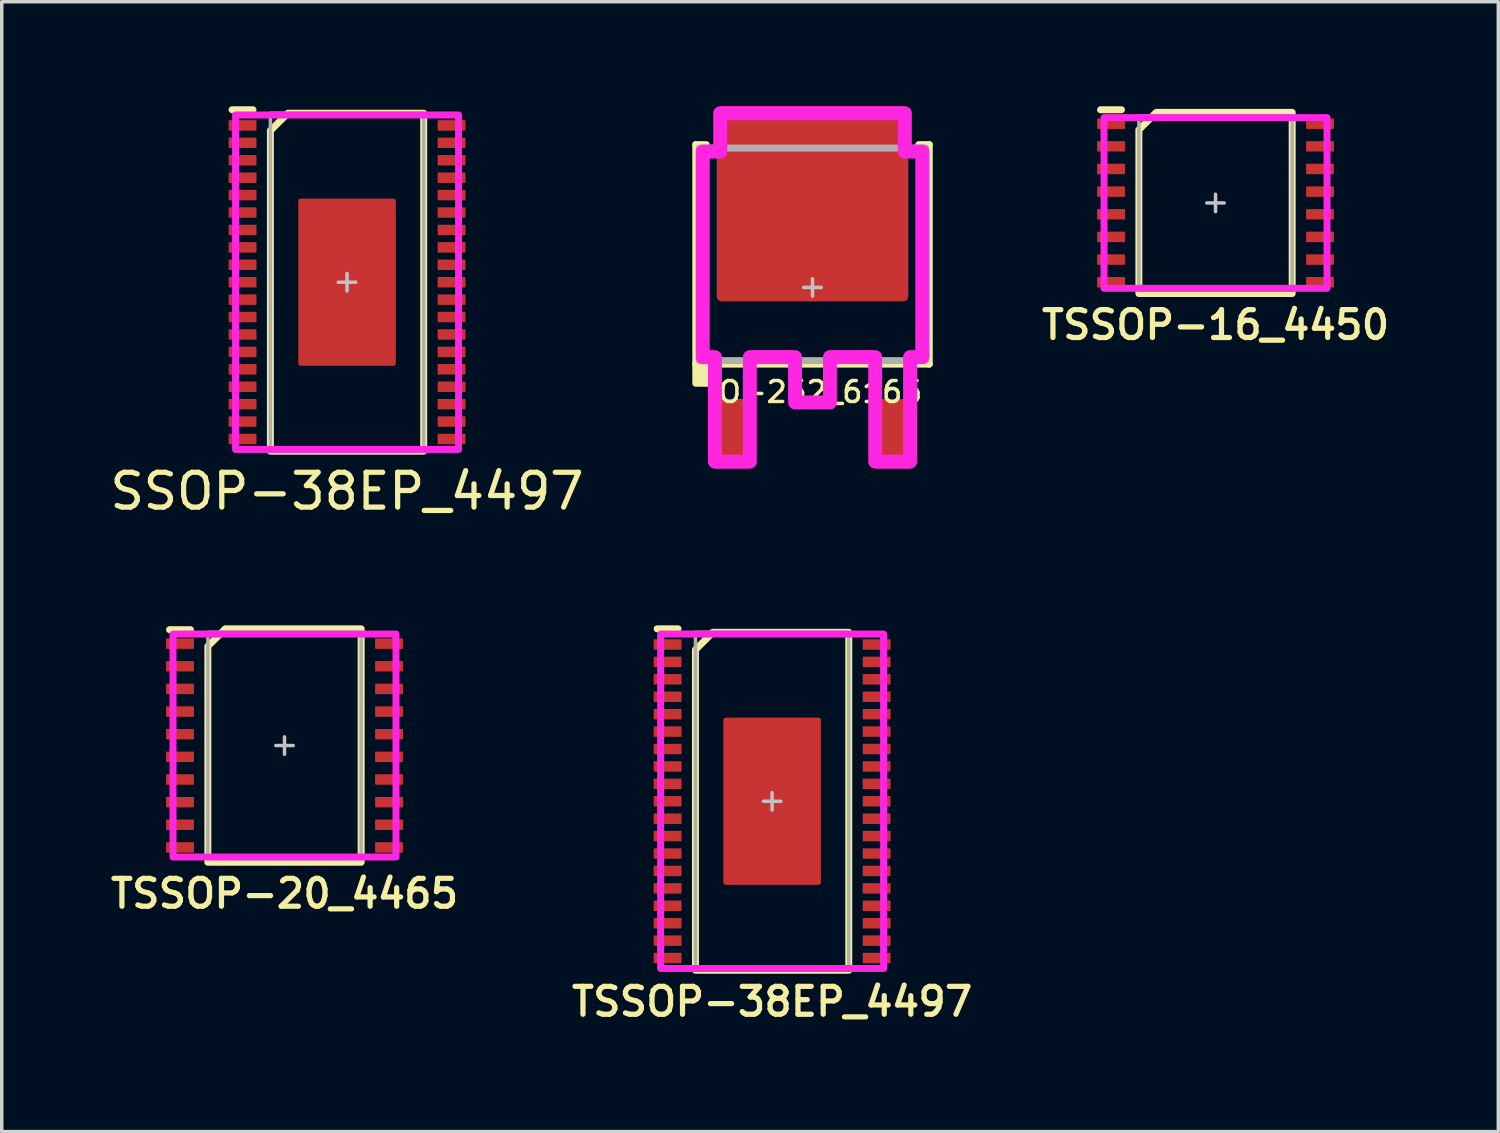
<source format=kicad_pcb>
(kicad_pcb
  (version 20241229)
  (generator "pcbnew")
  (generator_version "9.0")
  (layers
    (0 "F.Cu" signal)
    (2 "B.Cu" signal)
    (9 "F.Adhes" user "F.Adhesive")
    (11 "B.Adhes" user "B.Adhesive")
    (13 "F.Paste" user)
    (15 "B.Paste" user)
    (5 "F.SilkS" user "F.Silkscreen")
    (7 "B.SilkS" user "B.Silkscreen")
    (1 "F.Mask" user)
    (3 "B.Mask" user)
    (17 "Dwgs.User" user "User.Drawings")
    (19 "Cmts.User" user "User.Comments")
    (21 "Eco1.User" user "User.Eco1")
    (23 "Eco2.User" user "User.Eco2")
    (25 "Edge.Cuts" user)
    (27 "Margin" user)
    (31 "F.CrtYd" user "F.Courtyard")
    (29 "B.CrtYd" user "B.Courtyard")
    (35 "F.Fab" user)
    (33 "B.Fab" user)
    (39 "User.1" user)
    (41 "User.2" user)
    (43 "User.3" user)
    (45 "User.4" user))
  (footprint "TSSOP-38EP_4497"
    (layer "F.Cu")
    (at 19.111 19.948)
    (property "Reference" "TSSOP-38EP_4497" (at 0 5.75 0) (unlocked yes) (layer "F.SilkS") (effects (font (size 0.8 0.8) (thickness 0.15))))
    (attr smd)
    (fp_line (start -2.7 -4.95) (end -3.3 -4.95) (stroke (width 0.2) (type solid)) (layer "F.SilkS"))
    (fp_poly (pts (xy 2.2 4.85) (xy -2.2 4.85) (xy -2.2 -4.35) (xy -1.7 -4.85) (xy 2.2 -4.85)) (stroke (width 0.2) (type solid)) (fill no) (layer "F.SilkS"))
    (fp_rect (start -1.25 -2.25) (end -0.15 -1.35) (stroke (width 0) (type solid)) (fill yes) (layer "F.Paste"))
    (fp_rect (start -1.25 -1.05) (end -0.15 -0.15) (stroke (width 0) (type solid)) (fill yes) (layer "F.Paste"))
    (fp_rect (start -1.25 0.15) (end -0.15 1.05) (stroke (width 0) (type solid)) (fill yes) (layer "F.Paste"))
    (fp_rect (start -1.25 1.35) (end -0.15 2.25) (stroke (width 0) (type solid)) (fill yes) (layer "F.Paste"))
    (fp_rect (start 0.15 -2.25) (end 1.25 -1.35) (stroke (width 0) (type solid)) (fill yes) (layer "F.Paste"))
    (fp_rect (start 0.15 -1.05) (end 1.25 -0.15) (stroke (width 0) (type solid)) (fill yes) (layer "F.Paste"))
    (fp_rect (start 0.15 0.15) (end 1.25 1.05) (stroke (width 0) (type solid)) (fill yes) (layer "F.Paste"))
    (fp_rect (start 0.15 1.35) (end 1.25 2.25) (stroke (width 0) (type solid)) (fill yes) (layer "F.Paste"))
    (fp_line (start -0.25 0) (end 0.25 0) (stroke (width 0.1) (type solid)) (layer "Dwgs.User"))
    (fp_line (start 0 0.25) (end 0 -0.25) (stroke (width 0.1) (type solid)) (layer "Dwgs.User"))
    (fp_rect (start -3.2 -4.8) (end 3.2 4.8) (stroke (width 0.2) (type solid)) (fill no) (layer "F.CrtYd"))
    (fp_rect (start -2.2 -4.85) (end 2.2 4.85) (stroke (width 0.1) (type solid)) (fill no) (layer "F.Fab"))
    (pad "1" smd roundrect (at -3 -4.5) (size 0.8 0.3) (layers "F.Cu" "F.Mask" "F.Paste") (roundrect_rratio 0.05))
    (pad "2" smd roundrect (at -3 -4) (size 0.8 0.3) (layers "F.Cu" "F.Mask" "F.Paste") (roundrect_rratio 0.05))
    (pad "3" smd roundrect (at -3 -3.5) (size 0.8 0.3) (layers "F.Cu" "F.Mask" "F.Paste") (roundrect_rratio 0.05))
    (pad "4" smd roundrect (at -3 -3) (size 0.8 0.3) (layers "F.Cu" "F.Mask" "F.Paste") (roundrect_rratio 0.05))
    (pad "5" smd roundrect (at -3 -2.5) (size 0.8 0.3) (layers "F.Cu" "F.Mask" "F.Paste") (roundrect_rratio 0.05))
    (pad "6" smd roundrect (at -3 -2) (size 0.8 0.3) (layers "F.Cu" "F.Mask" "F.Paste") (roundrect_rratio 0.05))
    (pad "7" smd roundrect (at -3 -1.5) (size 0.8 0.3) (layers "F.Cu" "F.Mask" "F.Paste") (roundrect_rratio 0.05))
    (pad "8" smd roundrect (at -3 -1) (size 0.8 0.3) (layers "F.Cu" "F.Mask" "F.Paste") (roundrect_rratio 0.05))
    (pad "9" smd roundrect (at -3 -0.5) (size 0.8 0.3) (layers "F.Cu" "F.Mask" "F.Paste") (roundrect_rratio 0.05))
    (pad "10" smd roundrect (at -3 0) (size 0.8 0.3) (layers "F.Cu" "F.Mask" "F.Paste") (roundrect_rratio 0.05))
    (pad "11" smd roundrect (at -3 0.5) (size 0.8 0.3) (layers "F.Cu" "F.Mask" "F.Paste") (roundrect_rratio 0.05))
    (pad "12" smd roundrect (at -3 1) (size 0.8 0.3) (layers "F.Cu" "F.Mask" "F.Paste") (roundrect_rratio 0.05))
    (pad "13" smd roundrect (at -3 1.5) (size 0.8 0.3) (layers "F.Cu" "F.Mask" "F.Paste") (roundrect_rratio 0.05))
    (pad "14" smd roundrect (at -3 2) (size 0.8 0.3) (layers "F.Cu" "F.Mask" "F.Paste") (roundrect_rratio 0.05))
    (pad "15" smd roundrect (at -3 2.5) (size 0.8 0.3) (layers "F.Cu" "F.Mask" "F.Paste") (roundrect_rratio 0.05))
    (pad "16" smd roundrect (at -3 3) (size 0.8 0.3) (layers "F.Cu" "F.Mask" "F.Paste") (roundrect_rratio 0.05))
    (pad "17" smd roundrect (at -3 3.5) (size 0.8 0.3) (layers "F.Cu" "F.Mask" "F.Paste") (roundrect_rratio 0.05))
    (pad "18" smd roundrect (at -3 4) (size 0.8 0.3) (layers "F.Cu" "F.Mask" "F.Paste") (roundrect_rratio 0.05))
    (pad "19" smd roundrect (at -3 4.5) (size 0.8 0.3) (layers "F.Cu" "F.Mask" "F.Paste") (roundrect_rratio 0.05))
    (pad "20" smd roundrect (at 3 4.5) (size 0.8 0.3) (layers "F.Cu" "F.Mask" "F.Paste") (roundrect_rratio 0.05))
    (pad "21" smd roundrect (at 3 4) (size 0.8 0.3) (layers "F.Cu" "F.Mask" "F.Paste") (roundrect_rratio 0.05))
    (pad "22" smd roundrect (at 3 3.5) (size 0.8 0.3) (layers "F.Cu" "F.Mask" "F.Paste") (roundrect_rratio 0.05))
    (pad "23" smd roundrect (at 3 3) (size 0.8 0.3) (layers "F.Cu" "F.Mask" "F.Paste") (roundrect_rratio 0.05))
    (pad "24" smd roundrect (at 3 2.5) (size 0.8 0.3) (layers "F.Cu" "F.Mask" "F.Paste") (roundrect_rratio 0.05))
    (pad "25" smd roundrect (at 3 2) (size 0.8 0.3) (layers "F.Cu" "F.Mask" "F.Paste") (roundrect_rratio 0.05))
    (pad "26" smd roundrect (at 3 1.5) (size 0.8 0.3) (layers "F.Cu" "F.Mask" "F.Paste") (roundrect_rratio 0.05))
    (pad "27" smd roundrect (at 3 1) (size 0.8 0.3) (layers "F.Cu" "F.Mask" "F.Paste") (roundrect_rratio 0.05))
    (pad "28" smd roundrect (at 3 0.5) (size 0.8 0.3) (layers "F.Cu" "F.Mask" "F.Paste") (roundrect_rratio 0.05))
    (pad "29" smd roundrect (at 3 0) (size 0.8 0.3) (layers "F.Cu" "F.Mask" "F.Paste") (roundrect_rratio 0.05))
    (pad "30" smd roundrect (at 3 -0.5) (size 0.8 0.3) (layers "F.Cu" "F.Mask" "F.Paste") (roundrect_rratio 0.05))
    (pad "31" smd roundrect (at 3 -1) (size 0.8 0.3) (layers "F.Cu" "F.Mask" "F.Paste") (roundrect_rratio 0.05))
    (pad "32" smd roundrect (at 3 -1.5) (size 0.8 0.3) (layers "F.Cu" "F.Mask" "F.Paste") (roundrect_rratio 0.05))
    (pad "33" smd roundrect (at 3 -2) (size 0.8 0.3) (layers "F.Cu" "F.Mask" "F.Paste") (roundrect_rratio 0.05))
    (pad "34" smd roundrect (at 3 -2.5) (size 0.8 0.3) (layers "F.Cu" "F.Mask" "F.Paste") (roundrect_rratio 0.05))
    (pad "35" smd roundrect (at 3 -3) (size 0.8 0.3) (layers "F.Cu" "F.Mask" "F.Paste") (roundrect_rratio 0.05))
    (pad "36" smd roundrect (at 3 -3.5) (size 0.8 0.3) (layers "F.Cu" "F.Mask" "F.Paste") (roundrect_rratio 0.05))
    (pad "37" smd roundrect (at 3 -4) (size 0.8 0.3) (layers "F.Cu" "F.Mask" "F.Paste") (roundrect_rratio 0.05))
    (pad "38" smd roundrect (at 3 -4.5) (size 0.8 0.3) (layers "F.Cu" "F.Mask" "F.Paste") (roundrect_rratio 0.05))
    (pad "EP" smd roundrect (at 0 0 90) (size 4.8 2.8) (layers "F.Cu" "F.Mask") (roundrect_rratio 0.025)))
  (footprint "TSSOP-20_4465"
    (layer "F.Cu")
    (at 5.116 18.348)
    (property "Reference" "TSSOP-20_4465" (at 0 4.25 0) (unlocked yes) (layer "F.SilkS") (effects (font (size 0.8 0.8) (thickness 0.15))))
    (attr smd)
    (fp_line (start -2.7 -3.325) (end -3.3 -3.325) (stroke (width 0.2) (type solid)) (layer "F.SilkS"))
    (fp_poly (pts (xy 2.2 3.35) (xy -2.2 3.35) (xy -2.2 -2.85) (xy -1.7 -3.35) (xy 2.2 -3.35)) (stroke (width 0.2) (type solid)) (fill no) (layer "F.SilkS"))
    (fp_line (start -0.25 0) (end 0.25 0) (stroke (width 0.1) (type solid)) (layer "Dwgs.User"))
    (fp_line (start 0 0.25) (end 0 -0.25) (stroke (width 0.1) (type solid)) (layer "Dwgs.User"))
    (fp_rect (start -3.2 -3.2) (end 3.2 3.2) (stroke (width 0.2) (type solid)) (fill no) (layer "F.CrtYd"))
    (fp_rect (start -2.2 -3.25) (end 2.2 3.25) (stroke (width 0.1) (type solid)) (fill no) (layer "F.Fab"))
    (pad "1" smd roundrect (at -3 -2.925) (size 0.8 0.3) (layers "F.Cu" "F.Mask" "F.Paste") (roundrect_rratio 0.05))
    (pad "2" smd roundrect (at -3 -2.275) (size 0.8 0.3) (layers "F.Cu" "F.Mask" "F.Paste") (roundrect_rratio 0.05))
    (pad "3" smd roundrect (at -3 -1.625) (size 0.8 0.3) (layers "F.Cu" "F.Mask" "F.Paste") (roundrect_rratio 0.05))
    (pad "4" smd roundrect (at -3 -0.975) (size 0.8 0.3) (layers "F.Cu" "F.Mask" "F.Paste") (roundrect_rratio 0.05))
    (pad "5" smd roundrect (at -3 -0.325) (size 0.8 0.3) (layers "F.Cu" "F.Mask" "F.Paste") (roundrect_rratio 0.05))
    (pad "6" smd roundrect (at -3 0.325) (size 0.8 0.3) (layers "F.Cu" "F.Mask" "F.Paste") (roundrect_rratio 0.05))
    (pad "7" smd roundrect (at -3 0.975) (size 0.8 0.3) (layers "F.Cu" "F.Mask" "F.Paste") (roundrect_rratio 0.05))
    (pad "8" smd roundrect (at -3 1.625) (size 0.8 0.3) (layers "F.Cu" "F.Mask" "F.Paste") (roundrect_rratio 0.05))
    (pad "9" smd roundrect (at -3 2.275) (size 0.8 0.3) (layers "F.Cu" "F.Mask" "F.Paste") (roundrect_rratio 0.05))
    (pad "10" smd roundrect (at -3 2.925) (size 0.8 0.3) (layers "F.Cu" "F.Mask" "F.Paste") (roundrect_rratio 0.05))
    (pad "11" smd roundrect (at 3 2.925) (size 0.8 0.3) (layers "F.Cu" "F.Mask" "F.Paste") (roundrect_rratio 0.05))
    (pad "12" smd roundrect (at 3 2.275) (size 0.8 0.3) (layers "F.Cu" "F.Mask" "F.Paste") (roundrect_rratio 0.05))
    (pad "13" smd roundrect (at 3 1.625) (size 0.8 0.3) (layers "F.Cu" "F.Mask" "F.Paste") (roundrect_rratio 0.05))
    (pad "14" smd roundrect (at 3 0.975) (size 0.8 0.3) (layers "F.Cu" "F.Mask" "F.Paste") (roundrect_rratio 0.05))
    (pad "15" smd roundrect (at 3 0.325) (size 0.8 0.3) (layers "F.Cu" "F.Mask" "F.Paste") (roundrect_rratio 0.05))
    (pad "16" smd roundrect (at 3 -0.325) (size 0.8 0.3) (layers "F.Cu" "F.Mask" "F.Paste") (roundrect_rratio 0.05))
    (pad "17" smd roundrect (at 3 -0.975) (size 0.8 0.3) (layers "F.Cu" "F.Mask" "F.Paste") (roundrect_rratio 0.05))
    (pad "18" smd roundrect (at 3 -1.625) (size 0.8 0.3) (layers "F.Cu" "F.Mask" "F.Paste") (roundrect_rratio 0.05))
    (pad "19" smd roundrect (at 3 -2.275) (size 0.8 0.3) (layers "F.Cu" "F.Mask" "F.Paste") (roundrect_rratio 0.05))
    (pad "20" smd roundrect (at 3 -2.925) (size 0.8 0.3) (layers "F.Cu" "F.Mask" "F.Paste") (roundrect_rratio 0.05)))
  (footprint "TO-252_6165"
    (layer "F.Cu")
    (at 20.271 5.2)
    (property "Reference" "TO-252_6165" (at 0 3 0) (unlocked yes) (layer "F.SilkS") (effects (font (size 0.6 0.6) (thickness 0.1) (bold yes))))
    (attr smd)
    (fp_line (start -3.35 2.2) (end -3.35 -4.1) (stroke (width 0.2) (type solid)) (layer "F.SilkS"))
    (fp_line (start -3.05 -4.1) (end -3.35 -4.1) (stroke (width 0.2) (type solid)) (layer "F.SilkS"))
    (fp_line (start 3.05 -4.1) (end 3.35 -4.1) (stroke (width 0.2) (type solid)) (layer "F.SilkS"))
    (fp_line (start 3.35 -4.1) (end 3.35 2.2) (stroke (width 0.2) (type solid)) (layer "F.SilkS"))
    (fp_line (start 3.35 2.2) (end -3.35 2.2) (stroke (width 0.2) (type solid)) (layer "F.SilkS"))
    (fp_rect (start -3.35 2.2) (end -2.75 2.75) (stroke (width 0.2) (type solid)) (fill yes) (layer "F.SilkS"))
    (fp_rect (start -2.55 -5) (end -1.1 -3.5) (stroke (width 0) (type solid)) (fill yes) (layer "F.Paste"))
    (fp_rect (start -2.55 -3.15) (end -1.1 -1.65) (stroke (width 0) (type solid)) (fill yes) (layer "F.Paste"))
    (fp_rect (start -2.55 -1.3) (end -1.1 0.2) (stroke (width 0) (type solid)) (fill yes) (layer "F.Paste"))
    (fp_rect (start -0.75 -5) (end 0.75 -3.5) (stroke (width 0) (type solid)) (fill yes) (layer "F.Paste"))
    (fp_rect (start -0.75 -3.15) (end 0.75 -1.65) (stroke (width 0) (type solid)) (fill yes) (layer "F.Paste"))
    (fp_rect (start -0.75 -1.3) (end 0.75 0.2) (stroke (width 0) (type solid)) (fill yes) (layer "F.Paste"))
    (fp_rect (start 1.1 -5) (end 2.55 -3.5) (stroke (width 0) (type solid)) (fill yes) (layer "F.Paste"))
    (fp_rect (start 1.1 -3.15) (end 2.55 -1.65) (stroke (width 0) (type solid)) (fill yes) (layer "F.Paste"))
    (fp_rect (start 1.1 -1.3) (end 2.55 0.2) (stroke (width 0) (type solid)) (fill yes) (layer "F.Paste"))
    (fp_line (start -0.25 0) (end 0.25 0) (stroke (width 0.1) (type solid)) (layer "Dwgs.User"))
    (fp_line (start 0 -0.25) (end 0 0.25) (stroke (width 0.1) (type solid)) (layer "Dwgs.User"))
    (fp_poly (pts (xy 2.65 -3.9) (xy 3.15 -3.9) (xy 3.15 2) (xy 2.8 2) (xy 2.8 5) (xy 1.8 5) (xy 1.8 2) (xy 0.5 2) (xy 0.5 3.3) (xy -0.5 3.3) (xy -0.5 2) (xy -1.8 2) (xy -1.8 5) (xy -2.8 5) (xy -2.8 2) (xy -3.15 2) (xy -3.15 -3.9) (xy -2.65 -3.9) (xy -2.65 -5) (xy 2.65 -5)) (stroke (width 0.4) (type solid)) (fill no) (layer "F.CrtYd"))
    (fp_rect (start -3.25 -4) (end 3.25 2.1) (stroke (width 0.2) (type solid)) (fill no) (layer "F.Fab"))
    (pad "1" smd roundrect (at -2.3 4.2 90) (size 2 1) (layers "F.Cu" "F.Mask" "F.Paste") (roundrect_rratio 0.05))
    (pad "2" smd roundrect (at 0 -2.4) (size 5.5 5.6) (layers "F.Cu" "F.Mask") (roundrect_rratio 0.025))
    (pad "3" smd roundrect (at 2.3 4.2 90) (size 2 1) (layers "F.Cu" "F.Mask" "F.Paste") (roundrect_rratio 0.05)))
  (footprint "SSOP-38EP_4497"
    (layer "F.Cu")
    (at 6.911 5.05)
    (property "Reference" "SSOP-38EP_4497" (at 0 6 0) (unlocked yes) (layer "F.SilkS") (effects (font (size 1 1) (thickness 0.15))))
    (attr smd)
    (fp_line (start -2.7 -4.95) (end -3.3 -4.95) (stroke (width 0.2) (type solid)) (layer "F.SilkS"))
    (fp_poly (pts (xy 2.2 4.85) (xy -2.2 4.85) (xy -2.2 -4.35) (xy -1.7 -4.85) (xy 2.2 -4.85)) (stroke (width 0.2) (type solid)) (fill no) (layer "F.SilkS"))
    (fp_rect (start -1.25 -2.25) (end -0.15 -1.35) (stroke (width 0) (type solid)) (fill yes) (layer "F.Paste"))
    (fp_rect (start -1.25 -1.05) (end -0.15 -0.15) (stroke (width 0) (type solid)) (fill yes) (layer "F.Paste"))
    (fp_rect (start -1.25 0.15) (end -0.15 1.05) (stroke (width 0) (type solid)) (fill yes) (layer "F.Paste"))
    (fp_rect (start -1.25 1.35) (end -0.15 2.25) (stroke (width 0) (type solid)) (fill yes) (layer "F.Paste"))
    (fp_rect (start 0.15 -2.25) (end 1.25 -1.35) (stroke (width 0) (type solid)) (fill yes) (layer "F.Paste"))
    (fp_rect (start 0.15 -1.05) (end 1.25 -0.15) (stroke (width 0) (type solid)) (fill yes) (layer "F.Paste"))
    (fp_rect (start 0.15 0.15) (end 1.25 1.05) (stroke (width 0) (type solid)) (fill yes) (layer "F.Paste"))
    (fp_rect (start 0.15 1.35) (end 1.25 2.25) (stroke (width 0) (type solid)) (fill yes) (layer "F.Paste"))
    (fp_line (start -0.25 0) (end 0.25 0) (stroke (width 0.1) (type solid)) (layer "Dwgs.User"))
    (fp_line (start 0 0.25) (end 0 -0.25) (stroke (width 0.1) (type solid)) (layer "Dwgs.User"))
    (fp_rect (start -3.2 -4.8) (end 3.2 4.8) (stroke (width 0.2) (type solid)) (fill no) (layer "F.CrtYd"))
    (fp_rect (start -2.2 -4.85) (end 2.2 4.85) (stroke (width 0.1) (type solid)) (fill no) (layer "F.Fab"))
    (pad "1" smd roundrect (at -3 -4.5) (size 0.8 0.3) (layers "F.Cu" "F.Mask" "F.Paste") (roundrect_rratio 0.05))
    (pad "2" smd roundrect (at -3 -4) (size 0.8 0.3) (layers "F.Cu" "F.Mask" "F.Paste") (roundrect_rratio 0.05))
    (pad "3" smd roundrect (at -3 -3.5) (size 0.8 0.3) (layers "F.Cu" "F.Mask" "F.Paste") (roundrect_rratio 0.05))
    (pad "4" smd roundrect (at -3 -3) (size 0.8 0.3) (layers "F.Cu" "F.Mask" "F.Paste") (roundrect_rratio 0.05))
    (pad "5" smd roundrect (at -3 -2.5) (size 0.8 0.3) (layers "F.Cu" "F.Mask" "F.Paste") (roundrect_rratio 0.05))
    (pad "6" smd roundrect (at -3 -2) (size 0.8 0.3) (layers "F.Cu" "F.Mask" "F.Paste") (roundrect_rratio 0.05))
    (pad "7" smd roundrect (at -3 -1.5) (size 0.8 0.3) (layers "F.Cu" "F.Mask" "F.Paste") (roundrect_rratio 0.05))
    (pad "8" smd roundrect (at -3 -1) (size 0.8 0.3) (layers "F.Cu" "F.Mask" "F.Paste") (roundrect_rratio 0.05))
    (pad "9" smd roundrect (at -3 -0.5) (size 0.8 0.3) (layers "F.Cu" "F.Mask" "F.Paste") (roundrect_rratio 0.05))
    (pad "10" smd roundrect (at -3 0) (size 0.8 0.3) (layers "F.Cu" "F.Mask" "F.Paste") (roundrect_rratio 0.05))
    (pad "11" smd roundrect (at -3 0.5) (size 0.8 0.3) (layers "F.Cu" "F.Mask" "F.Paste") (roundrect_rratio 0.05))
    (pad "12" smd roundrect (at -3 1) (size 0.8 0.3) (layers "F.Cu" "F.Mask" "F.Paste") (roundrect_rratio 0.05))
    (pad "13" smd roundrect (at -3 1.5) (size 0.8 0.3) (layers "F.Cu" "F.Mask" "F.Paste") (roundrect_rratio 0.05))
    (pad "14" smd roundrect (at -3 2) (size 0.8 0.3) (layers "F.Cu" "F.Mask" "F.Paste") (roundrect_rratio 0.05))
    (pad "15" smd roundrect (at -3 2.5) (size 0.8 0.3) (layers "F.Cu" "F.Mask" "F.Paste") (roundrect_rratio 0.05))
    (pad "16" smd roundrect (at -3 3) (size 0.8 0.3) (layers "F.Cu" "F.Mask" "F.Paste") (roundrect_rratio 0.05))
    (pad "17" smd roundrect (at -3 3.5) (size 0.8 0.3) (layers "F.Cu" "F.Mask" "F.Paste") (roundrect_rratio 0.05))
    (pad "18" smd roundrect (at -3 4) (size 0.8 0.3) (layers "F.Cu" "F.Mask" "F.Paste") (roundrect_rratio 0.05))
    (pad "19" smd roundrect (at -3 4.5) (size 0.8 0.3) (layers "F.Cu" "F.Mask" "F.Paste") (roundrect_rratio 0.05))
    (pad "20" smd roundrect (at 3 4.5) (size 0.8 0.3) (layers "F.Cu" "F.Mask" "F.Paste") (roundrect_rratio 0.05))
    (pad "21" smd roundrect (at 3 4) (size 0.8 0.3) (layers "F.Cu" "F.Mask" "F.Paste") (roundrect_rratio 0.05))
    (pad "22" smd roundrect (at 3 3.5) (size 0.8 0.3) (layers "F.Cu" "F.Mask" "F.Paste") (roundrect_rratio 0.05))
    (pad "23" smd roundrect (at 3 3) (size 0.8 0.3) (layers "F.Cu" "F.Mask" "F.Paste") (roundrect_rratio 0.05))
    (pad "24" smd roundrect (at 3 2.5) (size 0.8 0.3) (layers "F.Cu" "F.Mask" "F.Paste") (roundrect_rratio 0.05))
    (pad "25" smd roundrect (at 3 2) (size 0.8 0.3) (layers "F.Cu" "F.Mask" "F.Paste") (roundrect_rratio 0.05))
    (pad "26" smd roundrect (at 3 1.5) (size 0.8 0.3) (layers "F.Cu" "F.Mask" "F.Paste") (roundrect_rratio 0.05))
    (pad "27" smd roundrect (at 3 1) (size 0.8 0.3) (layers "F.Cu" "F.Mask" "F.Paste") (roundrect_rratio 0.05))
    (pad "28" smd roundrect (at 3 0.5) (size 0.8 0.3) (layers "F.Cu" "F.Mask" "F.Paste") (roundrect_rratio 0.05))
    (pad "29" smd roundrect (at 3 0) (size 0.8 0.3) (layers "F.Cu" "F.Mask" "F.Paste") (roundrect_rratio 0.05))
    (pad "30" smd roundrect (at 3 -0.5) (size 0.8 0.3) (layers "F.Cu" "F.Mask" "F.Paste") (roundrect_rratio 0.05))
    (pad "31" smd roundrect (at 3 -1) (size 0.8 0.3) (layers "F.Cu" "F.Mask" "F.Paste") (roundrect_rratio 0.05))
    (pad "32" smd roundrect (at 3 -1.5) (size 0.8 0.3) (layers "F.Cu" "F.Mask" "F.Paste") (roundrect_rratio 0.05))
    (pad "33" smd roundrect (at 3 -2) (size 0.8 0.3) (layers "F.Cu" "F.Mask" "F.Paste") (roundrect_rratio 0.05))
    (pad "34" smd roundrect (at 3 -2.5) (size 0.8 0.3) (layers "F.Cu" "F.Mask" "F.Paste") (roundrect_rratio 0.05))
    (pad "35" smd roundrect (at 3 -3) (size 0.8 0.3) (layers "F.Cu" "F.Mask" "F.Paste") (roundrect_rratio 0.05))
    (pad "36" smd roundrect (at 3 -3.5) (size 0.8 0.3) (layers "F.Cu" "F.Mask" "F.Paste") (roundrect_rratio 0.05))
    (pad "37" smd roundrect (at 3 -4) (size 0.8 0.3) (layers "F.Cu" "F.Mask" "F.Paste") (roundrect_rratio 0.05))
    (pad "38" smd roundrect (at 3 -4.5) (size 0.8 0.3) (layers "F.Cu" "F.Mask" "F.Paste") (roundrect_rratio 0.05))
    (pad "EP" smd roundrect (at 0 0 90) (size 4.8 2.8) (layers "F.Cu" "F.Mask") (roundrect_rratio 0.025)))
  (footprint "TSSOP-16_4450"
    (layer "F.Cu")
    (at 31.838 2.775)
    (property "Reference" "TSSOP-16_4450" (at 0 3.5 0) (unlocked yes) (layer "F.SilkS") (effects (font (size 0.8 0.8) (thickness 0.15))))
    (attr smd)
    (fp_line (start -2.7 -2.675) (end -3.3 -2.675) (stroke (width 0.2) (type solid)) (layer "F.SilkS"))
    (fp_poly (pts (xy 2.2 2.6) (xy -2.2 2.6) (xy -2.2 -2.1) (xy -1.7 -2.6) (xy 2.2 -2.6)) (stroke (width 0.2) (type solid)) (fill no) (layer "F.SilkS"))
    (fp_line (start -0.25 0) (end 0.25 0) (stroke (width 0.1) (type solid)) (layer "Dwgs.User"))
    (fp_line (start 0 0.25) (end 0 -0.25) (stroke (width 0.1) (type solid)) (layer "Dwgs.User"))
    (fp_rect (start -3.2 -2.45) (end 3.2 2.45) (stroke (width 0.2) (type solid)) (fill no) (layer "F.CrtYd"))
    (fp_rect (start -2.2 -2.5) (end 2.2 2.5) (stroke (width 0.1) (type solid)) (fill no) (layer "F.Fab"))
    (pad "1" smd roundrect (at -3 -2.275) (size 0.8 0.3) (layers "F.Cu" "F.Mask" "F.Paste") (roundrect_rratio 0.05))
    (pad "2" smd roundrect (at -3 -1.625) (size 0.8 0.3) (layers "F.Cu" "F.Mask" "F.Paste") (roundrect_rratio 0.05))
    (pad "3" smd roundrect (at -3 -0.975) (size 0.8 0.3) (layers "F.Cu" "F.Mask" "F.Paste") (roundrect_rratio 0.05))
    (pad "4" smd roundrect (at -3 -0.325) (size 0.8 0.3) (layers "F.Cu" "F.Mask" "F.Paste") (roundrect_rratio 0.05))
    (pad "5" smd roundrect (at -3 0.325) (size 0.8 0.3) (layers "F.Cu" "F.Mask" "F.Paste") (roundrect_rratio 0.05))
    (pad "6" smd roundrect (at -3 0.975) (size 0.8 0.3) (layers "F.Cu" "F.Mask" "F.Paste") (roundrect_rratio 0.05))
    (pad "7" smd roundrect (at -3 1.625) (size 0.8 0.3) (layers "F.Cu" "F.Mask" "F.Paste") (roundrect_rratio 0.05))
    (pad "8" smd roundrect (at -3 2.275) (size 0.8 0.3) (layers "F.Cu" "F.Mask" "F.Paste") (roundrect_rratio 0.05))
    (pad "9" smd roundrect (at 3 2.275) (size 0.8 0.3) (layers "F.Cu" "F.Mask" "F.Paste") (roundrect_rratio 0.05))
    (pad "10" smd roundrect (at 3 1.625) (size 0.8 0.3) (layers "F.Cu" "F.Mask" "F.Paste") (roundrect_rratio 0.05))
    (pad "11" smd roundrect (at 3 0.975) (size 0.8 0.3) (layers "F.Cu" "F.Mask" "F.Paste") (roundrect_rratio 0.05))
    (pad "12" smd roundrect (at 3 0.325) (size 0.8 0.3) (layers "F.Cu" "F.Mask" "F.Paste") (roundrect_rratio 0.05))
    (pad "13" smd roundrect (at 3 -0.325) (size 0.8 0.3) (layers "F.Cu" "F.Mask" "F.Paste") (roundrect_rratio 0.05))
    (pad "14" smd roundrect (at 3 -0.975) (size 0.8 0.3) (layers "F.Cu" "F.Mask" "F.Paste") (roundrect_rratio 0.05))
    (pad "15" smd roundrect (at 3 -1.625) (size 0.8 0.3) (layers "F.Cu" "F.Mask" "F.Paste") (roundrect_rratio 0.05))
    (pad "16" smd roundrect (at 3 -2.275) (size 0.8 0.3) (layers "F.Cu" "F.Mask" "F.Paste") (roundrect_rratio 0.05)))
  (gr_rect
    (start -3 -3)
    (end 39.954 29.43)
    (stroke (width 0.1) (type default))
    (fill no)
    (layer "Edge.Cuts")))
</source>
